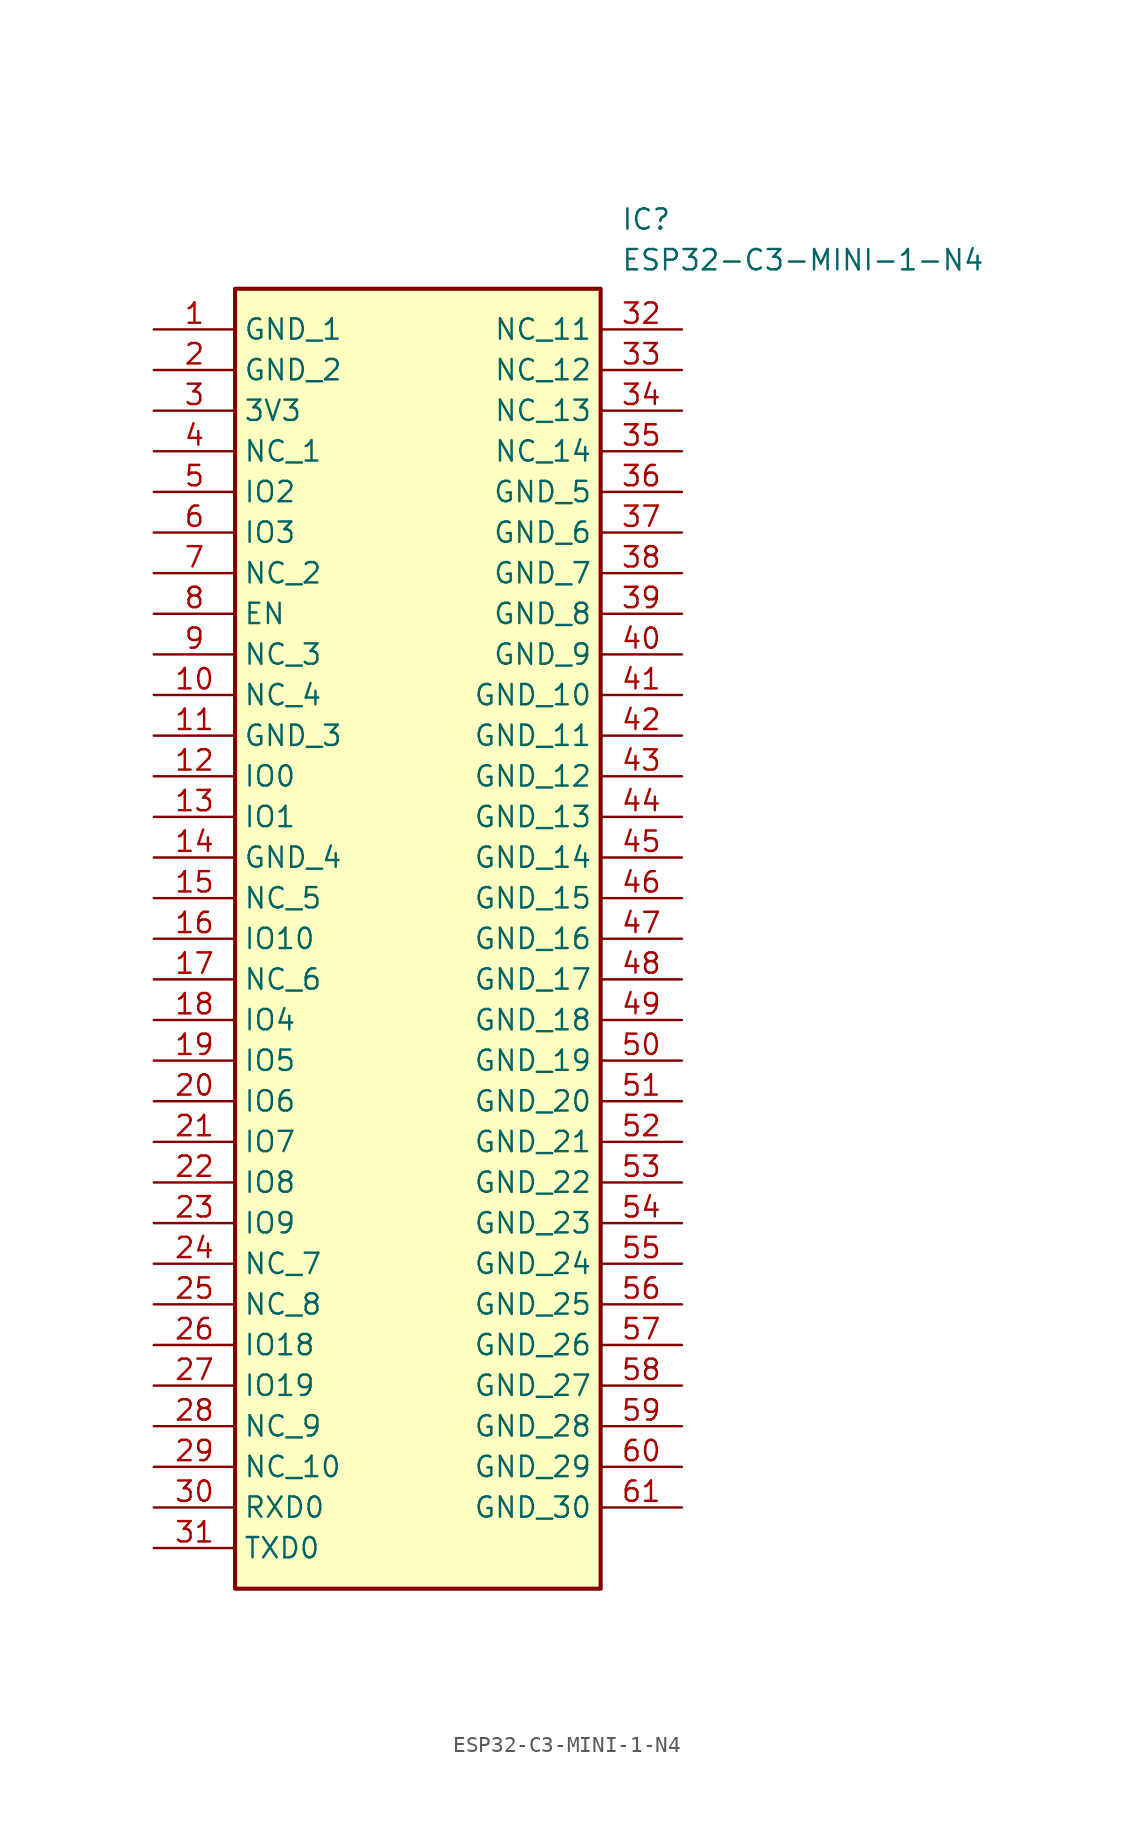
<source format=kicad_sym>
(kicad_symbol_lib
  (version 20211014)
  (generator SamacSys_ECAD_Model)
  (symbol "ESP32-C3-MINI-1-N4"
    (property "Reference" "IC"
      (at 29.21 7.62 0)
      (effects (font (size 1.27 1.27)) (justify left top)))
    (property "Value" "ESP32-C3-MINI-1-N4"
      (at 29.21 5.08 0)
      (effects (font (size 1.27 1.27)) (justify left top)))
    (rectangle
      (start 5.08 2.54)
      (end 27.94 -78.74)
      (stroke (width 0.254) (type default))
      (fill (type background)))
    (pin passive line
      (at 0 0 0)
      (length 5.08)
      (name "GND_1" (effects (font (size 1.27 1.27))))
      (number "1" (effects (font (size 1.27 1.27)))))
    (pin passive line
      (at 0 -2.54 0)
      (length 5.08)
      (name "GND_2" (effects (font (size 1.27 1.27))))
      (number "2" (effects (font (size 1.27 1.27)))))
    (pin passive line
      (at 0 -5.08 0)
      (length 5.08)
      (name "3V3" (effects (font (size 1.27 1.27))))
      (number "3" (effects (font (size 1.27 1.27)))))
    (pin passive line
      (at 0 -7.62 0)
      (length 5.08)
      (name "NC_1" (effects (font (size 1.27 1.27))))
      (number "4" (effects (font (size 1.27 1.27)))))
    (pin passive line
      (at 0 -10.16 0)
      (length 5.08)
      (name "IO2" (effects (font (size 1.27 1.27))))
      (number "5" (effects (font (size 1.27 1.27)))))
    (pin passive line
      (at 0 -12.7 0)
      (length 5.08)
      (name "IO3" (effects (font (size 1.27 1.27))))
      (number "6" (effects (font (size 1.27 1.27)))))
    (pin passive line
      (at 0 -15.24 0)
      (length 5.08)
      (name "NC_2" (effects (font (size 1.27 1.27))))
      (number "7" (effects (font (size 1.27 1.27)))))
    (pin passive line
      (at 0 -17.78 0)
      (length 5.08)
      (name "EN" (effects (font (size 1.27 1.27))))
      (number "8" (effects (font (size 1.27 1.27)))))
    (pin passive line
      (at 0 -20.32 0)
      (length 5.08)
      (name "NC_3" (effects (font (size 1.27 1.27))))
      (number "9" (effects (font (size 1.27 1.27)))))
    (pin passive line
      (at 0 -22.86 0)
      (length 5.08)
      (name "NC_4" (effects (font (size 1.27 1.27))))
      (number "10" (effects (font (size 1.27 1.27)))))
    (pin passive line
      (at 0 -25.4 0)
      (length 5.08)
      (name "GND_3" (effects (font (size 1.27 1.27))))
      (number "11" (effects (font (size 1.27 1.27)))))
    (pin passive line
      (at 0 -27.94 0)
      (length 5.08)
      (name "IO0" (effects (font (size 1.27 1.27))))
      (number "12" (effects (font (size 1.27 1.27)))))
    (pin passive line
      (at 0 -30.48 0)
      (length 5.08)
      (name "IO1" (effects (font (size 1.27 1.27))))
      (number "13" (effects (font (size 1.27 1.27)))))
    (pin passive line
      (at 0 -33.02 0)
      (length 5.08)
      (name "GND_4" (effects (font (size 1.27 1.27))))
      (number "14" (effects (font (size 1.27 1.27)))))
    (pin passive line
      (at 0 -35.56 0)
      (length 5.08)
      (name "NC_5" (effects (font (size 1.27 1.27))))
      (number "15" (effects (font (size 1.27 1.27)))))
    (pin passive line
      (at 0 -38.1 0)
      (length 5.08)
      (name "IO10" (effects (font (size 1.27 1.27))))
      (number "16" (effects (font (size 1.27 1.27)))))
    (pin passive line
      (at 0 -40.64 0)
      (length 5.08)
      (name "NC_6" (effects (font (size 1.27 1.27))))
      (number "17" (effects (font (size 1.27 1.27)))))
    (pin passive line
      (at 0 -43.18 0)
      (length 5.08)
      (name "IO4" (effects (font (size 1.27 1.27))))
      (number "18" (effects (font (size 1.27 1.27)))))
    (pin passive line
      (at 0 -45.72 0)
      (length 5.08)
      (name "IO5" (effects (font (size 1.27 1.27))))
      (number "19" (effects (font (size 1.27 1.27)))))
    (pin passive line
      (at 0 -48.26 0)
      (length 5.08)
      (name "IO6" (effects (font (size 1.27 1.27))))
      (number "20" (effects (font (size 1.27 1.27)))))
    (pin passive line
      (at 0 -50.8 0)
      (length 5.08)
      (name "IO7" (effects (font (size 1.27 1.27))))
      (number "21" (effects (font (size 1.27 1.27)))))
    (pin passive line
      (at 0 -53.34 0)
      (length 5.08)
      (name "IO8" (effects (font (size 1.27 1.27))))
      (number "22" (effects (font (size 1.27 1.27)))))
    (pin passive line
      (at 0 -55.88 0)
      (length 5.08)
      (name "IO9" (effects (font (size 1.27 1.27))))
      (number "23" (effects (font (size 1.27 1.27)))))
    (pin passive line
      (at 0 -58.42 0)
      (length 5.08)
      (name "NC_7" (effects (font (size 1.27 1.27))))
      (number "24" (effects (font (size 1.27 1.27)))))
    (pin passive line
      (at 0 -60.96 0)
      (length 5.08)
      (name "NC_8" (effects (font (size 1.27 1.27))))
      (number "25" (effects (font (size 1.27 1.27)))))
    (pin passive line
      (at 0 -63.5 0)
      (length 5.08)
      (name "IO18" (effects (font (size 1.27 1.27))))
      (number "26" (effects (font (size 1.27 1.27)))))
    (pin passive line
      (at 0 -66.04 0)
      (length 5.08)
      (name "IO19" (effects (font (size 1.27 1.27))))
      (number "27" (effects (font (size 1.27 1.27)))))
    (pin passive line
      (at 0 -68.58 0)
      (length 5.08)
      (name "NC_9" (effects (font (size 1.27 1.27))))
      (number "28" (effects (font (size 1.27 1.27)))))
    (pin passive line
      (at 0 -71.12 0)
      (length 5.08)
      (name "NC_10" (effects (font (size 1.27 1.27))))
      (number "29" (effects (font (size 1.27 1.27)))))
    (pin passive line
      (at 0 -73.66 0)
      (length 5.08)
      (name "RXD0" (effects (font (size 1.27 1.27))))
      (number "30" (effects (font (size 1.27 1.27)))))
    (pin passive line
      (at 0 -76.2 0)
      (length 5.08)
      (name "TXD0" (effects (font (size 1.27 1.27))))
      (number "31" (effects (font (size 1.27 1.27)))))
    (pin passive line
      (at 33.02 0 180)
      (length 5.08)
      (name "NC_11" (effects (font (size 1.27 1.27))))
      (number "32" (effects (font (size 1.27 1.27)))))
    (pin passive line
      (at 33.02 -2.54 180)
      (length 5.08)
      (name "NC_12" (effects (font (size 1.27 1.27))))
      (number "33" (effects (font (size 1.27 1.27)))))
    (pin passive line
      (at 33.02 -5.08 180)
      (length 5.08)
      (name "NC_13" (effects (font (size 1.27 1.27))))
      (number "34" (effects (font (size 1.27 1.27)))))
    (pin passive line
      (at 33.02 -7.62 180)
      (length 5.08)
      (name "NC_14" (effects (font (size 1.27 1.27))))
      (number "35" (effects (font (size 1.27 1.27)))))
    (pin passive line
      (at 33.02 -10.16 180)
      (length 5.08)
      (name "GND_5" (effects (font (size 1.27 1.27))))
      (number "36" (effects (font (size 1.27 1.27)))))
    (pin passive line
      (at 33.02 -12.7 180)
      (length 5.08)
      (name "GND_6" (effects (font (size 1.27 1.27))))
      (number "37" (effects (font (size 1.27 1.27)))))
    (pin passive line
      (at 33.02 -15.24 180)
      (length 5.08)
      (name "GND_7" (effects (font (size 1.27 1.27))))
      (number "38" (effects (font (size 1.27 1.27)))))
    (pin passive line
      (at 33.02 -17.78 180)
      (length 5.08)
      (name "GND_8" (effects (font (size 1.27 1.27))))
      (number "39" (effects (font (size 1.27 1.27)))))
    (pin passive line
      (at 33.02 -20.32 180)
      (length 5.08)
      (name "GND_9" (effects (font (size 1.27 1.27))))
      (number "40" (effects (font (size 1.27 1.27)))))
    (pin passive line
      (at 33.02 -22.86 180)
      (length 5.08)
      (name "GND_10" (effects (font (size 1.27 1.27))))
      (number "41" (effects (font (size 1.27 1.27)))))
    (pin passive line
      (at 33.02 -25.4 180)
      (length 5.08)
      (name "GND_11" (effects (font (size 1.27 1.27))))
      (number "42" (effects (font (size 1.27 1.27)))))
    (pin passive line
      (at 33.02 -27.94 180)
      (length 5.08)
      (name "GND_12" (effects (font (size 1.27 1.27))))
      (number "43" (effects (font (size 1.27 1.27)))))
    (pin passive line
      (at 33.02 -30.48 180)
      (length 5.08)
      (name "GND_13" (effects (font (size 1.27 1.27))))
      (number "44" (effects (font (size 1.27 1.27)))))
    (pin passive line
      (at 33.02 -33.02 180)
      (length 5.08)
      (name "GND_14" (effects (font (size 1.27 1.27))))
      (number "45" (effects (font (size 1.27 1.27)))))
    (pin passive line
      (at 33.02 -35.56 180)
      (length 5.08)
      (name "GND_15" (effects (font (size 1.27 1.27))))
      (number "46" (effects (font (size 1.27 1.27)))))
    (pin passive line
      (at 33.02 -38.1 180)
      (length 5.08)
      (name "GND_16" (effects (font (size 1.27 1.27))))
      (number "47" (effects (font (size 1.27 1.27)))))
    (pin passive line
      (at 33.02 -40.64 180)
      (length 5.08)
      (name "GND_17" (effects (font (size 1.27 1.27))))
      (number "48" (effects (font (size 1.27 1.27)))))
    (pin passive line
      (at 33.02 -43.18 180)
      (length 5.08)
      (name "GND_18" (effects (font (size 1.27 1.27))))
      (number "49" (effects (font (size 1.27 1.27)))))
    (pin passive line
      (at 33.02 -45.72 180)
      (length 5.08)
      (name "GND_19" (effects (font (size 1.27 1.27))))
      (number "50" (effects (font (size 1.27 1.27)))))
    (pin passive line
      (at 33.02 -48.26 180)
      (length 5.08)
      (name "GND_20" (effects (font (size 1.27 1.27))))
      (number "51" (effects (font (size 1.27 1.27)))))
    (pin passive line
      (at 33.02 -50.8 180)
      (length 5.08)
      (name "GND_21" (effects (font (size 1.27 1.27))))
      (number "52" (effects (font (size 1.27 1.27)))))
    (pin passive line
      (at 33.02 -53.34 180)
      (length 5.08)
      (name "GND_22" (effects (font (size 1.27 1.27))))
      (number "53" (effects (font (size 1.27 1.27)))))
    (pin passive line
      (at 33.02 -55.88 180)
      (length 5.08)
      (name "GND_23" (effects (font (size 1.27 1.27))))
      (number "54" (effects (font (size 1.27 1.27)))))
    (pin passive line
      (at 33.02 -58.42 180)
      (length 5.08)
      (name "GND_24" (effects (font (size 1.27 1.27))))
      (number "55" (effects (font (size 1.27 1.27)))))
    (pin passive line
      (at 33.02 -60.96 180)
      (length 5.08)
      (name "GND_25" (effects (font (size 1.27 1.27))))
      (number "56" (effects (font (size 1.27 1.27)))))
    (pin passive line
      (at 33.02 -63.5 180)
      (length 5.08)
      (name "GND_26" (effects (font (size 1.27 1.27))))
      (number "57" (effects (font (size 1.27 1.27)))))
    (pin passive line
      (at 33.02 -66.04 180)
      (length 5.08)
      (name "GND_27" (effects (font (size 1.27 1.27))))
      (number "58" (effects (font (size 1.27 1.27)))))
    (pin passive line
      (at 33.02 -68.58 180)
      (length 5.08)
      (name "GND_28" (effects (font (size 1.27 1.27))))
      (number "59" (effects (font (size 1.27 1.27)))))
    (pin passive line
      (at 33.02 -71.12 180)
      (length 5.08)
      (name "GND_29" (effects (font (size 1.27 1.27))))
      (number "60" (effects (font (size 1.27 1.27)))))
    (pin passive line
      (at 33.02 -73.66 180)
      (length 5.08)
      (name "GND_30" (effects (font (size 1.27 1.27))))
      (number "61" (effects (font (size 1.27 1.27)))))))
</source>
